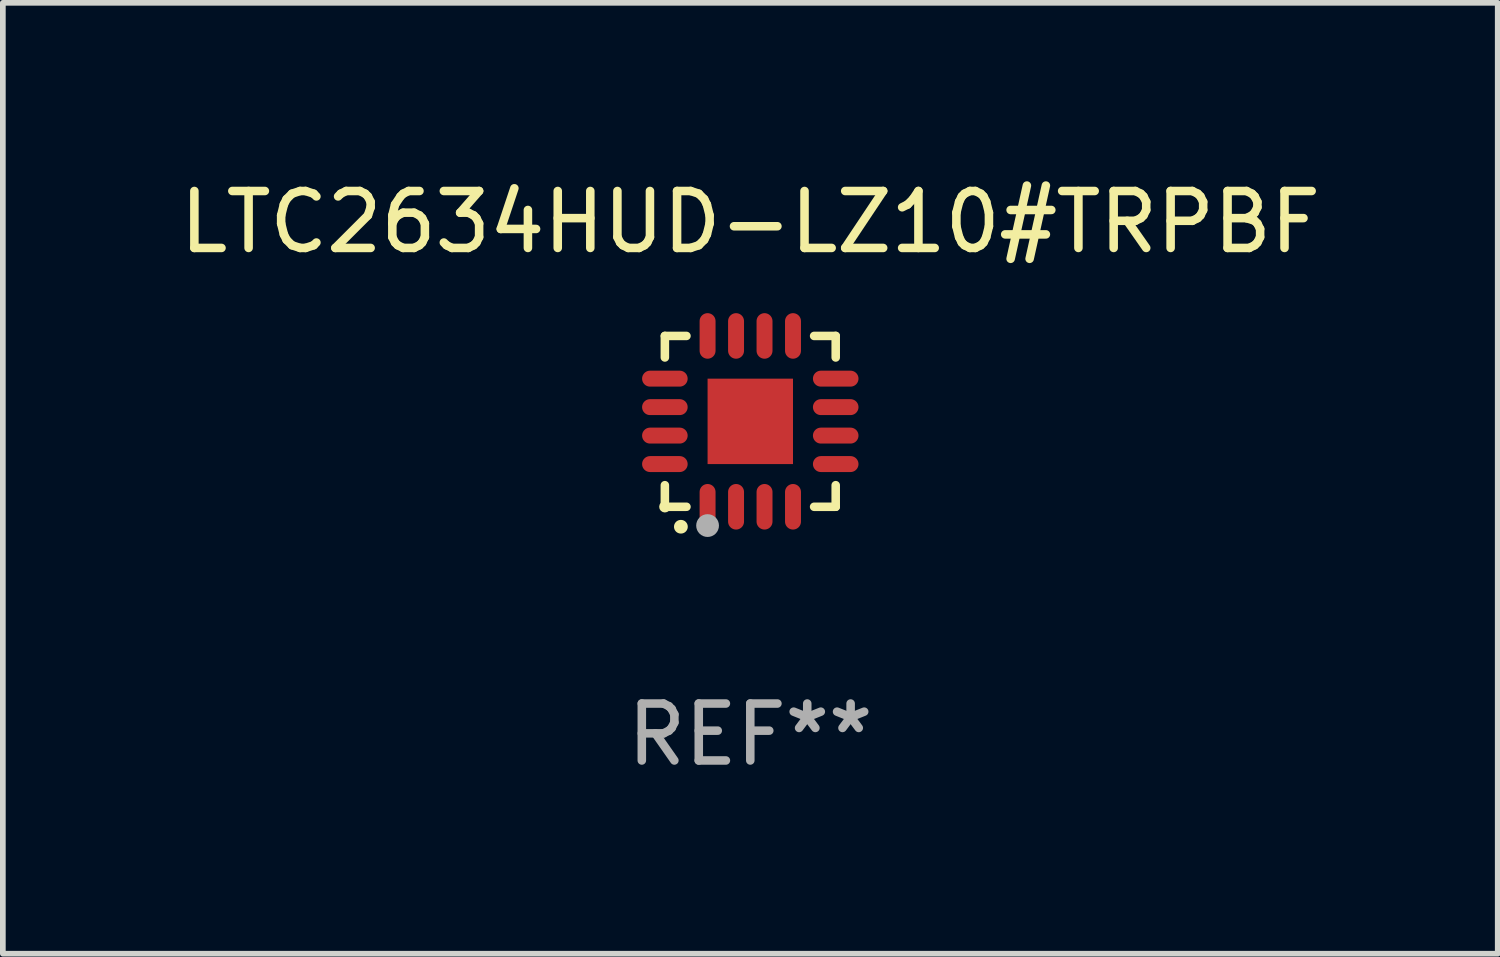
<source format=kicad_pcb>
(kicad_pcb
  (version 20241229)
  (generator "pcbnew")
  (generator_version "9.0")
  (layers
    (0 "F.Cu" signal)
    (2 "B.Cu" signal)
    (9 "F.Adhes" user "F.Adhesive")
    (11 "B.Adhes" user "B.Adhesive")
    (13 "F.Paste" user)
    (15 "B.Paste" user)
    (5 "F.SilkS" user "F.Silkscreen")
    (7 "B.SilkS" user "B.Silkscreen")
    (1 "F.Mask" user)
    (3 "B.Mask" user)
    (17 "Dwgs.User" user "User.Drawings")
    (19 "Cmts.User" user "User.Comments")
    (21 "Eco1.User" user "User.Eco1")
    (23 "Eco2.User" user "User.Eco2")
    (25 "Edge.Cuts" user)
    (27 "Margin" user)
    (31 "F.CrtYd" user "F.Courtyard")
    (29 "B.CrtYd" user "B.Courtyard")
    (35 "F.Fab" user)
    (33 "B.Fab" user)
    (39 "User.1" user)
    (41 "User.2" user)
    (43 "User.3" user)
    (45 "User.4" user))
  (footprint "LTC2634HUD-LZ10#TRPBF"
    (layer "F.Cu")
    (at 10.125 4.349)
    (property "Reference" "LTC2634HUD-LZ10#TRPBF" (at 0 -3.5 0) (layer "F.SilkS") (effects (font (size 1 1) (thickness 0.15))))
    (attr through_hole)
    (fp_line (start -1.5 -1.5) (end -1.121 -1.5) (stroke (width 0.15) (type solid)) (layer "F.SilkS"))
    (fp_line (start -1.5 -1.122) (end -1.5 -1.5) (stroke (width 0.15) (type solid)) (layer "F.SilkS"))
    (fp_line (start -1.5 1.5) (end -1.5 1.121) (stroke (width 0.15) (type solid)) (layer "F.SilkS"))
    (fp_line (start -1.121 1.5) (end -1.5 1.5) (stroke (width 0.15) (type solid)) (layer "F.SilkS"))
    (fp_line (start 1.121 -1.5) (end 1.5 -1.5) (stroke (width 0.15) (type solid)) (layer "F.SilkS"))
    (fp_line (start 1.5 -1.5) (end 1.5 -1.122) (stroke (width 0.15) (type solid)) (layer "F.SilkS"))
    (fp_line (start 1.5 1.121) (end 1.5 1.5) (stroke (width 0.15) (type solid)) (layer "F.SilkS"))
    (fp_line (start 1.5 1.5) (end 1.121 1.5) (stroke (width 0.15) (type solid)) (layer "F.SilkS"))
    (fp_arc (start -1.219926 1.850254) (mid -1.21891 1.85025) (end -1.217894 1.850254) (stroke (width 0.240005) (type solid)) (layer "F.SilkS"))
    (fp_circle (center -1.5 1.5) (end -1.45 1.5) (stroke (width 0.1) (type solid)) (fill no) (layer "F.SilkS"))
    (fp_circle (center -0.75 1.83) (end -0.65 1.83) (stroke (width 0.2) (type solid)) (fill no) (layer "F.Fab"))
    (fp_text user "REF**" (at 0 5.5 0) (layer "F.Fab") (effects (font (size 1 1) (thickness 0.15))))
    (pad "1" smd oval (at -0.75 1.5) (size 0.28 0.8) (layers "F.Cu" "F.Mask" "F.Paste"))
    (pad "2" smd oval (at -0.25 1.5) (size 0.28 0.8) (layers "F.Cu" "F.Mask" "F.Paste"))
    (pad "3" smd oval (at 0.25 1.5) (size 0.28 0.8) (layers "F.Cu" "F.Mask" "F.Paste"))
    (pad "4" smd oval (at 0.75 1.5) (size 0.28 0.8) (layers "F.Cu" "F.Mask" "F.Paste"))
    (pad "5" smd oval (at 1.5 0.75) (size 0.8 0.28) (layers "F.Cu" "F.Mask" "F.Paste"))
    (pad "6" smd oval (at 1.5 0.25) (size 0.8 0.28) (layers "F.Cu" "F.Mask" "F.Paste"))
    (pad "7" smd oval (at 1.5 -0.25) (size 0.8 0.28) (layers "F.Cu" "F.Mask" "F.Paste"))
    (pad "8" smd oval (at 1.5 -0.75) (size 0.8 0.28) (layers "F.Cu" "F.Mask" "F.Paste"))
    (pad "9" smd oval (at 0.75 -1.5) (size 0.28 0.8) (layers "F.Cu" "F.Mask" "F.Paste"))
    (pad "10" smd oval (at 0.25 -1.5) (size 0.28 0.8) (layers "F.Cu" "F.Mask" "F.Paste"))
    (pad "11" smd oval (at -0.25 -1.5) (size 0.28 0.8) (layers "F.Cu" "F.Mask" "F.Paste"))
    (pad "12" smd oval (at -0.75 -1.5) (size 0.28 0.8) (layers "F.Cu" "F.Mask" "F.Paste"))
    (pad "13" smd oval (at -1.5 -0.75) (size 0.8 0.28) (layers "F.Cu" "F.Mask" "F.Paste"))
    (pad "14" smd oval (at -1.5 -0.25) (size 0.8 0.28) (layers "F.Cu" "F.Mask" "F.Paste"))
    (pad "15" smd oval (at -1.5 0.25) (size 0.8 0.28) (layers "F.Cu" "F.Mask" "F.Paste"))
    (pad "16" smd oval (at -1.5 0.75) (size 0.8 0.28) (layers "F.Cu" "F.Mask" "F.Paste"))
    (pad "17" smd rect (at -0.000064 0.000165) (size 1.5 1.5) (layers "F.Cu" "F.Mask" "F.Paste")))
  (gr_rect
    (start -3 -3)
    (end 23.25 13.697)
    (stroke (width 0.1) (type default))
    (fill no)
    (layer "Edge.Cuts")))
</source>
